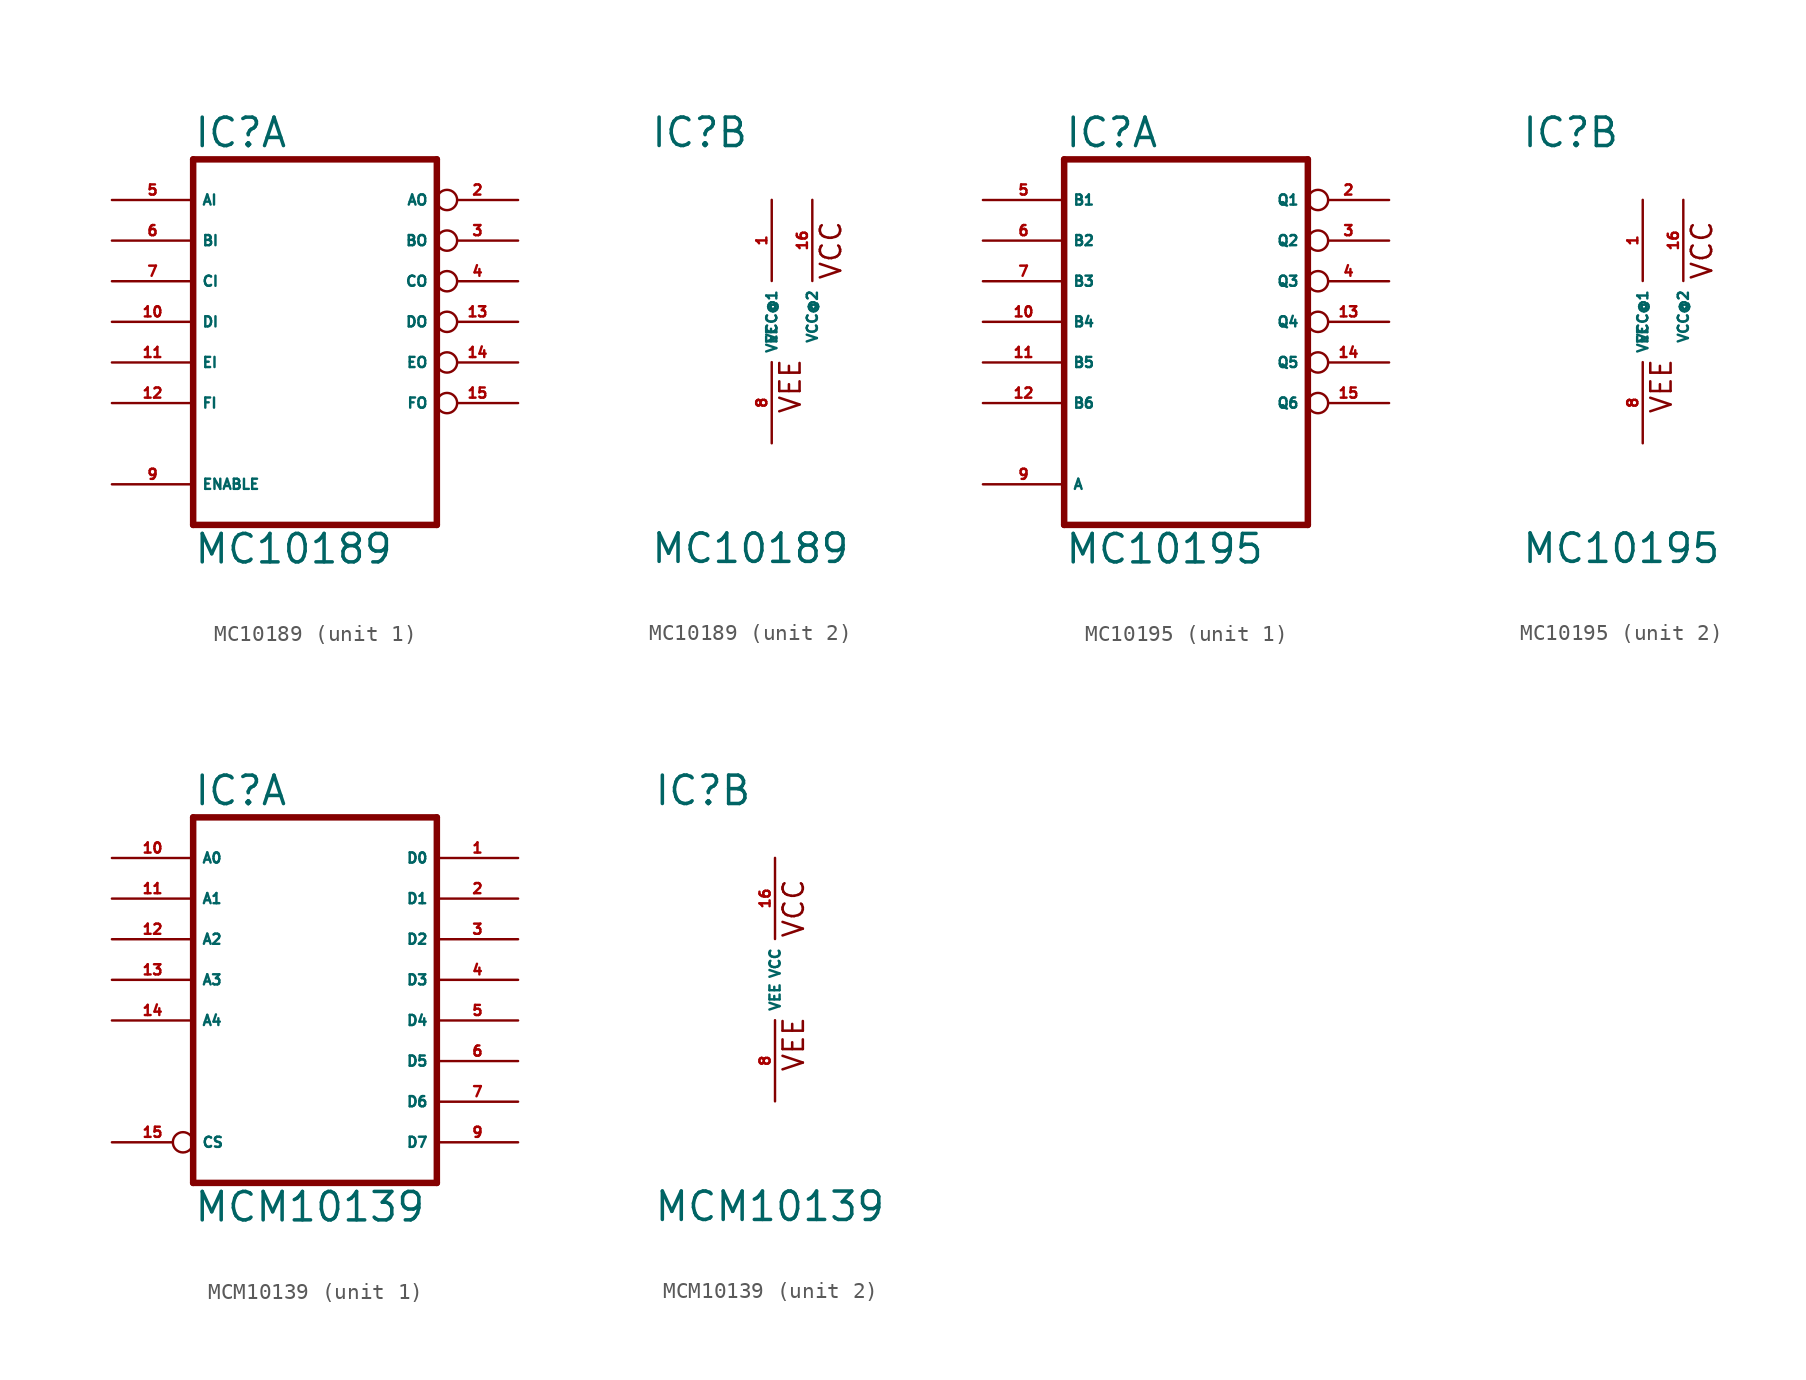
<source format=kicad_sym>
(kicad_symbol_lib
  (version 20220914)
  (generator Eagle2Kicad)
  (symbol "MC10189"
    (property "Reference" "IC"
      (at -7.62 10.795 0)
      (effects (font (size 1.778 1.778) (thickness 0.22)) (justify left bottom)))
    (property "Value" "MC10189"
      (at -7.62 -15.24 0)
      (effects (font (size 1.778 1.778) (thickness 0.22)) (justify left bottom)))
    (symbol "MC10189_1_0"
      (polyline (pts (xy -7.62 -12.7) (xy 7.62 -12.7)) (stroke (width 0.406) (type default)) (fill (type none)))
      (polyline (pts (xy 7.62 -12.7) (xy 7.62 10.16)) (stroke (width 0.406) (type default)) (fill (type none)))
      (polyline (pts (xy 7.62 10.16) (xy -7.62 10.16)) (stroke (width 0.406) (type default)) (fill (type none)))
      (polyline (pts (xy -7.62 10.16) (xy -7.62 -12.7)) (stroke (width 0.406) (type default)) (fill (type none)))
      (pin output inverted (at 12.7 7.62 180) (length 5.08) (name "AO" (effects (font (size 0.635 0.635) (thickness 0.08)) (justify left bottom))) (number "2" (effects (font (size 0.635 0.635) (thickness 0.08)) (justify left bottom))))
      (pin output inverted (at 12.7 5.08 180) (length 5.08) (name "BO" (effects (font (size 0.635 0.635) (thickness 0.08)) (justify left bottom))) (number "3" (effects (font (size 0.635 0.635) (thickness 0.08)) (justify left bottom))))
      (pin output inverted (at 12.7 2.54 180) (length 5.08) (name "CO" (effects (font (size 0.635 0.635) (thickness 0.08)) (justify left bottom))) (number "4" (effects (font (size 0.635 0.635) (thickness 0.08)) (justify left bottom))))
      (pin input line (at -12.7 7.62 0) (length 5.08) (name "AI" (effects (font (size 0.635 0.635) (thickness 0.08)) (justify left bottom))) (number "5" (effects (font (size 0.635 0.635) (thickness 0.08)) (justify left bottom))))
      (pin input line (at -12.7 5.08 0) (length 5.08) (name "BI" (effects (font (size 0.635 0.635) (thickness 0.08)) (justify left bottom))) (number "6" (effects (font (size 0.635 0.635) (thickness 0.08)) (justify left bottom))))
      (pin input line (at -12.7 2.54 0) (length 5.08) (name "CI" (effects (font (size 0.635 0.635) (thickness 0.08)) (justify left bottom))) (number "7" (effects (font (size 0.635 0.635) (thickness 0.08)) (justify left bottom))))
      (pin input line (at -12.7 -10.16 0) (length 5.08) (name "ENABLE" (effects (font (size 0.635 0.635) (thickness 0.08)) (justify left bottom))) (number "9" (effects (font (size 0.635 0.635) (thickness 0.08)) (justify left bottom))))
      (pin input line (at -12.7 0 0) (length 5.08) (name "DI" (effects (font (size 0.635 0.635) (thickness 0.08)) (justify left bottom))) (number "10" (effects (font (size 0.635 0.635) (thickness 0.08)) (justify left bottom))))
      (pin input line (at -12.7 -2.54 0) (length 5.08) (name "EI" (effects (font (size 0.635 0.635) (thickness 0.08)) (justify left bottom))) (number "11" (effects (font (size 0.635 0.635) (thickness 0.08)) (justify left bottom))))
      (pin input line (at -12.7 -5.08 0) (length 5.08) (name "FI" (effects (font (size 0.635 0.635) (thickness 0.08)) (justify left bottom))) (number "12" (effects (font (size 0.635 0.635) (thickness 0.08)) (justify left bottom))))
      (pin output inverted (at 12.7 0 180) (length 5.08) (name "DO" (effects (font (size 0.635 0.635) (thickness 0.08)) (justify left bottom))) (number "13" (effects (font (size 0.635 0.635) (thickness 0.08)) (justify left bottom))))
      (pin output inverted (at 12.7 -2.54 180) (length 5.08) (name "EO" (effects (font (size 0.635 0.635) (thickness 0.08)) (justify left bottom))) (number "14" (effects (font (size 0.635 0.635) (thickness 0.08)) (justify left bottom))))
      (pin output inverted (at 12.7 -5.08 180) (length 5.08) (name "FO" (effects (font (size 0.635 0.635) (thickness 0.08)) (justify left bottom))) (number "15" (effects (font (size 0.635 0.635) (thickness 0.08)) (justify left bottom)))))
    (symbol "MC10189_2_0"
      (text "VCC" (at 4.445 2.54 900) (effects (font (size 1.27 1.27) (thickness 0.16)) (justify left bottom)))
      (text "VEE" (at 1.905 -5.842 900) (effects (font (size 1.27 1.27) (thickness 0.16)) (justify left bottom)))
      (pin unspecified line (at 0 -7.62 90) (length 5.08) (name "VEE" (effects (font (size 0.635 0.635) (thickness 0.08)) (justify left bottom))) (number "8" (effects (font (size 0.635 0.635) (thickness 0.08)) (justify left bottom))))
      (pin unspecified line (at 0 7.62 270) (length 5.08) (name "VCC@1" (effects (font (size 0.635 0.635) (thickness 0.08)) (justify left bottom))) (number "1" (effects (font (size 0.635 0.635) (thickness 0.08)) (justify left bottom))))
      (pin unspecified line (at 2.54 7.62 270) (length 5.08) (name "VCC@2" (effects (font (size 0.635 0.635) (thickness 0.08)) (justify left bottom))) (number "16" (effects (font (size 0.635 0.635) (thickness 0.08)) (justify left bottom))))))
  (symbol "MC10195"
    (property "Reference" "IC"
      (at -7.62 10.795 0)
      (effects (font (size 1.778 1.778) (thickness 0.22)) (justify left bottom)))
    (property "Value" "MC10195"
      (at -7.62 -15.24 0)
      (effects (font (size 1.778 1.778) (thickness 0.22)) (justify left bottom)))
    (symbol "MC10195_1_0"
      (polyline (pts (xy -7.62 -12.7) (xy 7.62 -12.7)) (stroke (width 0.406) (type default)) (fill (type none)))
      (polyline (pts (xy 7.62 -12.7) (xy 7.62 10.16)) (stroke (width 0.406) (type default)) (fill (type none)))
      (polyline (pts (xy 7.62 10.16) (xy -7.62 10.16)) (stroke (width 0.406) (type default)) (fill (type none)))
      (polyline (pts (xy -7.62 10.16) (xy -7.62 -12.7)) (stroke (width 0.406) (type default)) (fill (type none)))
      (pin output inverted (at 12.7 7.62 180) (length 5.08) (name "Q1" (effects (font (size 0.635 0.635) (thickness 0.08)) (justify left bottom))) (number "2" (effects (font (size 0.635 0.635) (thickness 0.08)) (justify left bottom))))
      (pin output inverted (at 12.7 5.08 180) (length 5.08) (name "Q2" (effects (font (size 0.635 0.635) (thickness 0.08)) (justify left bottom))) (number "3" (effects (font (size 0.635 0.635) (thickness 0.08)) (justify left bottom))))
      (pin output inverted (at 12.7 2.54 180) (length 5.08) (name "Q3" (effects (font (size 0.635 0.635) (thickness 0.08)) (justify left bottom))) (number "4" (effects (font (size 0.635 0.635) (thickness 0.08)) (justify left bottom))))
      (pin input line (at -12.7 2.54 0) (length 5.08) (name "B3" (effects (font (size 0.635 0.635) (thickness 0.08)) (justify left bottom))) (number "7" (effects (font (size 0.635 0.635) (thickness 0.08)) (justify left bottom))))
      (pin input line (at -12.7 5.08 0) (length 5.08) (name "B2" (effects (font (size 0.635 0.635) (thickness 0.08)) (justify left bottom))) (number "6" (effects (font (size 0.635 0.635) (thickness 0.08)) (justify left bottom))))
      (pin input line (at -12.7 7.62 0) (length 5.08) (name "B1" (effects (font (size 0.635 0.635) (thickness 0.08)) (justify left bottom))) (number "5" (effects (font (size 0.635 0.635) (thickness 0.08)) (justify left bottom))))
      (pin input line (at -12.7 -10.16 0) (length 5.08) (name "A" (effects (font (size 0.635 0.635) (thickness 0.08)) (justify left bottom))) (number "9" (effects (font (size 0.635 0.635) (thickness 0.08)) (justify left bottom))))
      (pin input line (at -12.7 0 0) (length 5.08) (name "B4" (effects (font (size 0.635 0.635) (thickness 0.08)) (justify left bottom))) (number "10" (effects (font (size 0.635 0.635) (thickness 0.08)) (justify left bottom))))
      (pin input line (at -12.7 -2.54 0) (length 5.08) (name "B5" (effects (font (size 0.635 0.635) (thickness 0.08)) (justify left bottom))) (number "11" (effects (font (size 0.635 0.635) (thickness 0.08)) (justify left bottom))))
      (pin input line (at -12.7 -5.08 0) (length 5.08) (name "B6" (effects (font (size 0.635 0.635) (thickness 0.08)) (justify left bottom))) (number "12" (effects (font (size 0.635 0.635) (thickness 0.08)) (justify left bottom))))
      (pin output inverted (at 12.7 -5.08 180) (length 5.08) (name "Q6" (effects (font (size 0.635 0.635) (thickness 0.08)) (justify left bottom))) (number "15" (effects (font (size 0.635 0.635) (thickness 0.08)) (justify left bottom))))
      (pin output inverted (at 12.7 -2.54 180) (length 5.08) (name "Q5" (effects (font (size 0.635 0.635) (thickness 0.08)) (justify left bottom))) (number "14" (effects (font (size 0.635 0.635) (thickness 0.08)) (justify left bottom))))
      (pin output inverted (at 12.7 0 180) (length 5.08) (name "Q4" (effects (font (size 0.635 0.635) (thickness 0.08)) (justify left bottom))) (number "13" (effects (font (size 0.635 0.635) (thickness 0.08)) (justify left bottom)))))
    (symbol "MC10195_2_0"
      (text "VCC" (at 4.445 2.54 900) (effects (font (size 1.27 1.27) (thickness 0.16)) (justify left bottom)))
      (text "VEE" (at 1.905 -5.842 900) (effects (font (size 1.27 1.27) (thickness 0.16)) (justify left bottom)))
      (pin unspecified line (at 0 -7.62 90) (length 5.08) (name "VEE" (effects (font (size 0.635 0.635) (thickness 0.08)) (justify left bottom))) (number "8" (effects (font (size 0.635 0.635) (thickness 0.08)) (justify left bottom))))
      (pin unspecified line (at 0 7.62 270) (length 5.08) (name "VCC@1" (effects (font (size 0.635 0.635) (thickness 0.08)) (justify left bottom))) (number "1" (effects (font (size 0.635 0.635) (thickness 0.08)) (justify left bottom))))
      (pin unspecified line (at 2.54 7.62 270) (length 5.08) (name "VCC@2" (effects (font (size 0.635 0.635) (thickness 0.08)) (justify left bottom))) (number "16" (effects (font (size 0.635 0.635) (thickness 0.08)) (justify left bottom))))))
  (symbol "MCM10139"
    (property "Reference" "IC"
      (at -7.62 10.795 0)
      (effects (font (size 1.778 1.778) (thickness 0.22)) (justify left bottom)))
    (property "Value" "MCM10139"
      (at -7.62 -15.24 0)
      (effects (font (size 1.778 1.778) (thickness 0.22)) (justify left bottom)))
    (symbol "MCM10139_1_0"
      (polyline (pts (xy -7.62 -12.7) (xy -7.62 10.16)) (stroke (width 0.406) (type default)) (fill (type none)))
      (polyline (pts (xy -7.62 -12.7) (xy 7.62 -12.7)) (stroke (width 0.406) (type default)) (fill (type none)))
      (polyline (pts (xy 7.62 10.16) (xy 7.62 -12.7)) (stroke (width 0.406) (type default)) (fill (type none)))
      (polyline (pts (xy 7.62 10.16) (xy -7.62 10.16)) (stroke (width 0.406) (type default)) (fill (type none)))
      (pin input line (at -12.7 7.62 0) (length 5.08) (name "A0" (effects (font (size 0.635 0.635) (thickness 0.08)) (justify left bottom))) (number "10" (effects (font (size 0.635 0.635) (thickness 0.08)) (justify left bottom))))
      (pin input line (at -12.7 5.08 0) (length 5.08) (name "A1" (effects (font (size 0.635 0.635) (thickness 0.08)) (justify left bottom))) (number "11" (effects (font (size 0.635 0.635) (thickness 0.08)) (justify left bottom))))
      (pin input line (at -12.7 2.54 0) (length 5.08) (name "A2" (effects (font (size 0.635 0.635) (thickness 0.08)) (justify left bottom))) (number "12" (effects (font (size 0.635 0.635) (thickness 0.08)) (justify left bottom))))
      (pin input line (at -12.7 0 0) (length 5.08) (name "A3" (effects (font (size 0.635 0.635) (thickness 0.08)) (justify left bottom))) (number "13" (effects (font (size 0.635 0.635) (thickness 0.08)) (justify left bottom))))
      (pin input line (at -12.7 -2.54 0) (length 5.08) (name "A4" (effects (font (size 0.635 0.635) (thickness 0.08)) (justify left bottom))) (number "14" (effects (font (size 0.635 0.635) (thickness 0.08)) (justify left bottom))))
      (pin input inverted (at -12.7 -10.16 0) (length 5.08) (name "CS" (effects (font (size 0.635 0.635) (thickness 0.08)) (justify left bottom))) (number "15" (effects (font (size 0.635 0.635) (thickness 0.08)) (justify left bottom))))
      (pin output line (at 12.7 7.62 180) (length 5.08) (name "D0" (effects (font (size 0.635 0.635) (thickness 0.08)) (justify left bottom))) (number "1" (effects (font (size 0.635 0.635) (thickness 0.08)) (justify left bottom))))
      (pin output line (at 12.7 5.08 180) (length 5.08) (name "D1" (effects (font (size 0.635 0.635) (thickness 0.08)) (justify left bottom))) (number "2" (effects (font (size 0.635 0.635) (thickness 0.08)) (justify left bottom))))
      (pin output line (at 12.7 2.54 180) (length 5.08) (name "D2" (effects (font (size 0.635 0.635) (thickness 0.08)) (justify left bottom))) (number "3" (effects (font (size 0.635 0.635) (thickness 0.08)) (justify left bottom))))
      (pin output line (at 12.7 0 180) (length 5.08) (name "D3" (effects (font (size 0.635 0.635) (thickness 0.08)) (justify left bottom))) (number "4" (effects (font (size 0.635 0.635) (thickness 0.08)) (justify left bottom))))
      (pin output line (at 12.7 -2.54 180) (length 5.08) (name "D4" (effects (font (size 0.635 0.635) (thickness 0.08)) (justify left bottom))) (number "5" (effects (font (size 0.635 0.635) (thickness 0.08)) (justify left bottom))))
      (pin output line (at 12.7 -5.08 180) (length 5.08) (name "D5" (effects (font (size 0.635 0.635) (thickness 0.08)) (justify left bottom))) (number "6" (effects (font (size 0.635 0.635) (thickness 0.08)) (justify left bottom))))
      (pin output line (at 12.7 -7.62 180) (length 5.08) (name "D6" (effects (font (size 0.635 0.635) (thickness 0.08)) (justify left bottom))) (number "7" (effects (font (size 0.635 0.635) (thickness 0.08)) (justify left bottom))))
      (pin output line (at 12.7 -10.16 180) (length 5.08) (name "D7" (effects (font (size 0.635 0.635) (thickness 0.08)) (justify left bottom))) (number "9" (effects (font (size 0.635 0.635) (thickness 0.08)) (justify left bottom)))))
    (symbol "MCM10139_2_0"
      (text "VCC" (at 1.905 2.54 900) (effects (font (size 1.27 1.27) (thickness 0.16)) (justify left bottom)))
      (text "VEE" (at 1.905 -5.842 900) (effects (font (size 1.27 1.27) (thickness 0.16)) (justify left bottom)))
      (pin unspecified line (at 0 -7.62 90) (length 5.08) (name "VEE" (effects (font (size 0.635 0.635) (thickness 0.08)) (justify left bottom))) (number "8" (effects (font (size 0.635 0.635) (thickness 0.08)) (justify left bottom))))
      (pin unspecified line (at 0 7.62 270) (length 5.08) (name "VCC" (effects (font (size 0.635 0.635) (thickness 0.08)) (justify left bottom))) (number "16" (effects (font (size 0.635 0.635) (thickness 0.08)) (justify left bottom)))))))
</source>
